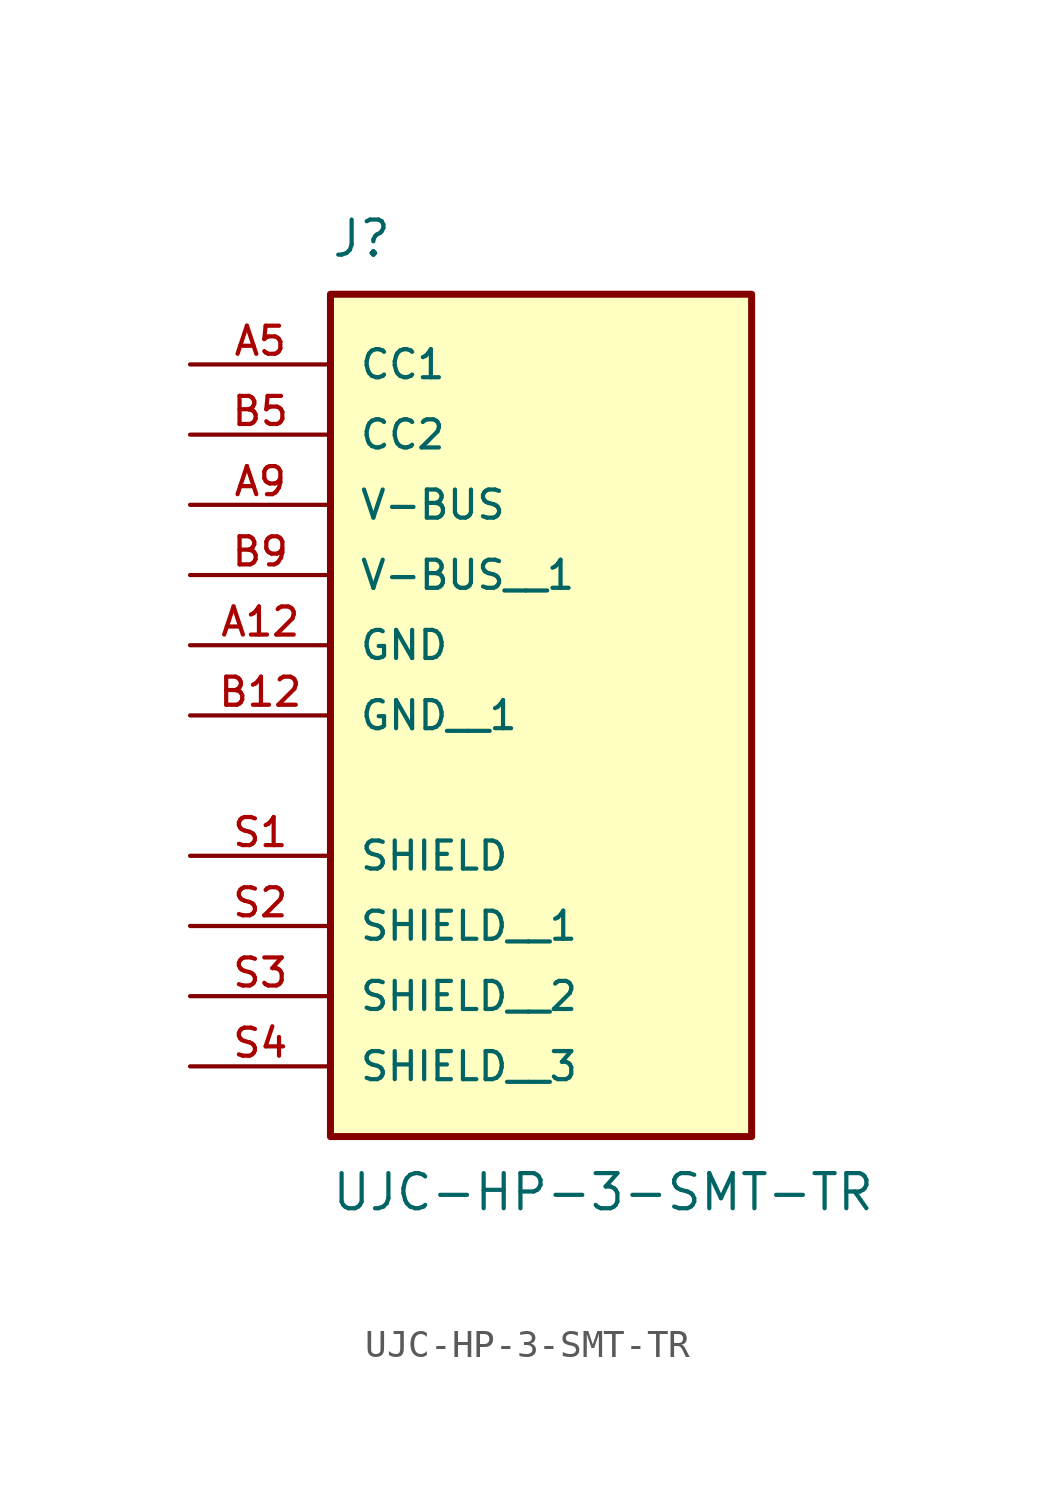
<source format=kicad_sym>
(kicad_symbol_lib
  (version 20211014)
  (generator kicad_symbol_editor)
  (symbol "UJC-HP-3-SMT-TR"
    (pin_names
      (offset 1.016))
    (property "Reference" "J"
      (at -7.62 8.89 0)
      (effects (font (size 1.27 1.27)) (justify bottom left)))
    (property "Value" "UJC-HP-3-SMT-TR"
      (at -7.62 -24.13 0)
      (effects (font (size 1.27 1.27)) (justify top left)))
    (symbol "UJC-HP-3-SMT-TR_0_0"
      (rectangle (start -7.62 -22.86) (end 7.62 7.62) (stroke (width 0.254)) (fill (type background)))
      (pin bidirectional line (at -12.7 5.08 0) (length 5.08) (name "CC1" (effects (font (size 1.016 1.016)))) (number "A5" (effects (font (size 1.016 1.016)))))
      (pin bidirectional line (at -12.7 2.54 0) (length 5.08) (name "CC2" (effects (font (size 1.016 1.016)))) (number "B5" (effects (font (size 1.016 1.016)))))
      (pin power_in line (at -12.7 0.0 0) (length 5.08) (name "V-BUS" (effects (font (size 1.016 1.016)))) (number "A9" (effects (font (size 1.016 1.016)))))
      (pin power_in line (at -12.7 -5.08 0) (length 5.08) (name "GND" (effects (font (size 1.016 1.016)))) (number "A12" (effects (font (size 1.016 1.016)))))
      (pin passive line (at -12.7 -12.7 0) (length 5.08) (name "SHIELD" (effects (font (size 1.016 1.016)))) (number "S1" (effects (font (size 1.016 1.016)))))
      (pin power_in line (at -12.7 -2.54 0) (length 5.08) (name "V-BUS__1" (effects (font (size 1.016 1.016)))) (number "B9" (effects (font (size 1.016 1.016)))))
      (pin power_in line (at -12.7 -7.62 0) (length 5.08) (name "GND__1" (effects (font (size 1.016 1.016)))) (number "B12" (effects (font (size 1.016 1.016)))))
      (pin passive line (at -12.7 -15.24 0) (length 5.08) (name "SHIELD__1" (effects (font (size 1.016 1.016)))) (number "S2" (effects (font (size 1.016 1.016)))))
      (pin passive line (at -12.7 -17.78 0) (length 5.08) (name "SHIELD__2" (effects (font (size 1.016 1.016)))) (number "S3" (effects (font (size 1.016 1.016)))))
      (pin passive line (at -12.7 -20.32 0) (length 5.08) (name "SHIELD__3" (effects (font (size 1.016 1.016)))) (number "S4" (effects (font (size 1.016 1.016))))))))
</source>
